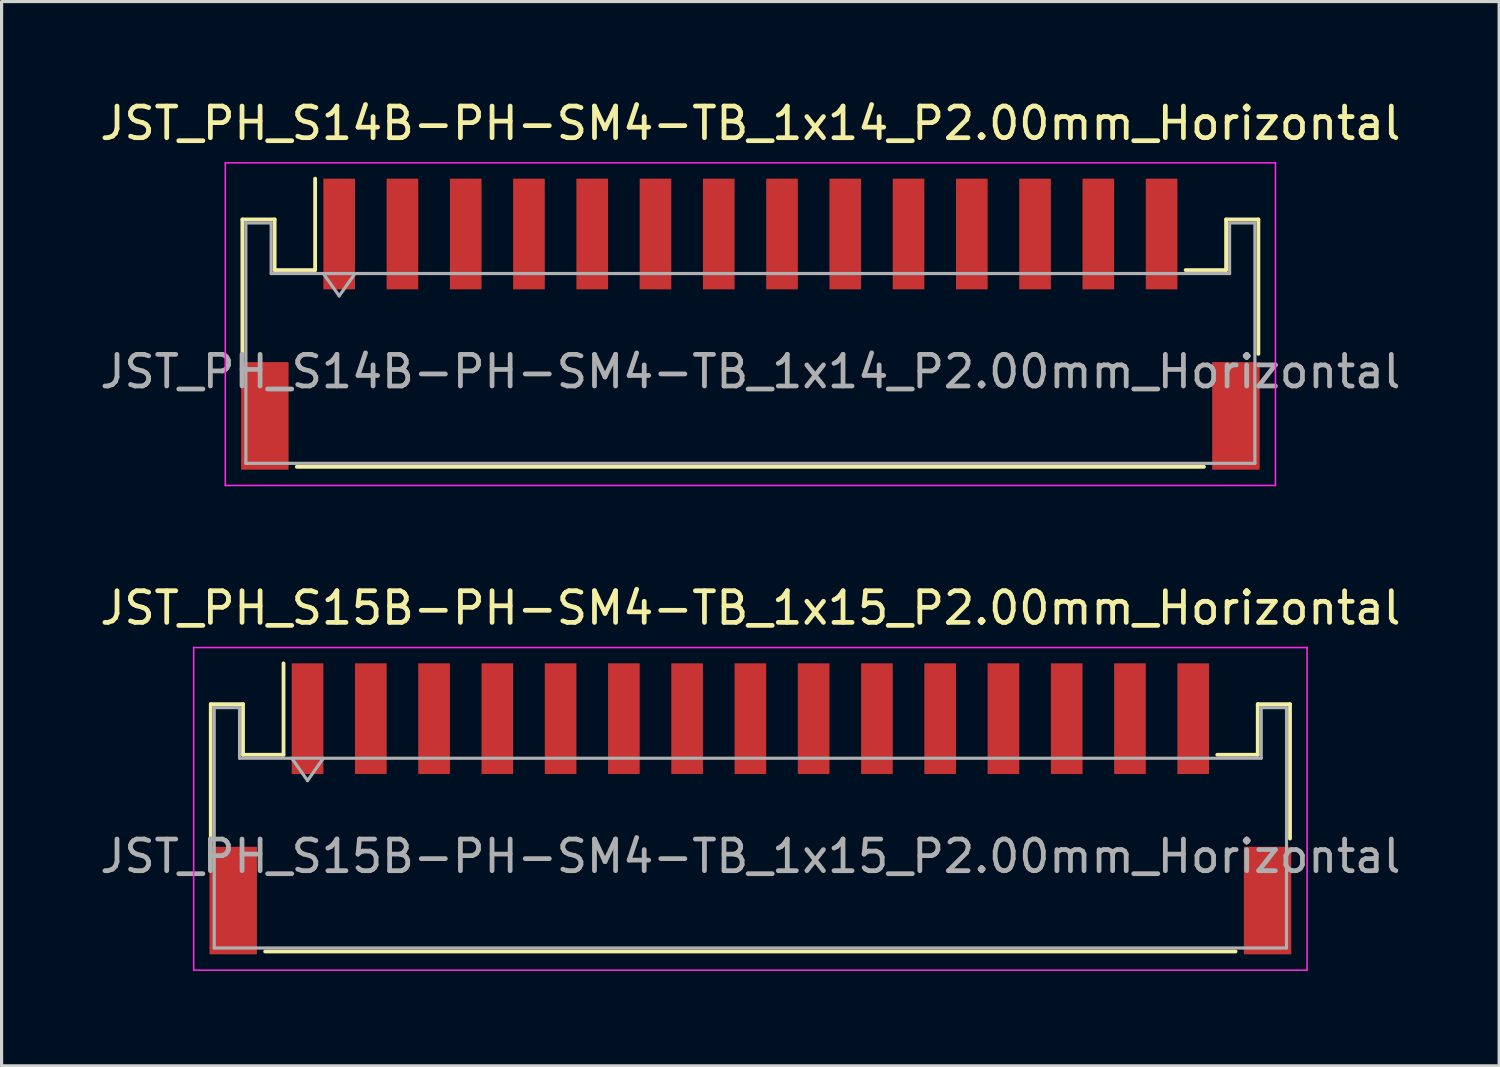
<source format=kicad_pcb>
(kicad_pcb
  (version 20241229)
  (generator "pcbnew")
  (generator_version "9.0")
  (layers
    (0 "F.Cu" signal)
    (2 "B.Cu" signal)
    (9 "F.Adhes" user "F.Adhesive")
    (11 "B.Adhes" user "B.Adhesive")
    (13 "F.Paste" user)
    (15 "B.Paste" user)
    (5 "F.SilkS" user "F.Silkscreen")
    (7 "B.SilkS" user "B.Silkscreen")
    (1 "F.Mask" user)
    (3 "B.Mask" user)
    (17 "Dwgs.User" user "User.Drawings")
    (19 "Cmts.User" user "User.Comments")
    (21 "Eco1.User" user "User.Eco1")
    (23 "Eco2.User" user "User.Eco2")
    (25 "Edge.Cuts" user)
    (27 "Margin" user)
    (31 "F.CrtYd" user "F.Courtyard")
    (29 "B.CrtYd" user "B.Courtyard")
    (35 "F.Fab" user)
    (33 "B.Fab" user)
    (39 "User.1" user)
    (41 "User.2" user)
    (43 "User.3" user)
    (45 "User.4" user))
  (footprint "JST_PH_S15B-PH-SM4-TB_1x15_P2.00mm_Horizontal"
    (layer "F.Cu")
    (at 20.673 22.521)
    (property "Reference" "JST_PH_S15B-PH-SM4-TB_1x15_P2.00mm_Horizontal" (at 0 -6.35 0) (layer "F.SilkS") (effects (font (size 1 1) (thickness 0.15))))
    (attr smd)
    (fp_line (start -17.06 -3.31) (end -16.04 -3.31) (stroke (width 0.12) (type solid)) (layer "F.SilkS"))
    (fp_line (start -17.06 0.94) (end -17.06 -3.31) (stroke (width 0.12) (type solid)) (layer "F.SilkS"))
    (fp_line (start -16.04 -3.31) (end -16.04 -1.71) (stroke (width 0.12) (type solid)) (layer "F.SilkS"))
    (fp_line (start -16.04 -1.71) (end -14.76 -1.71) (stroke (width 0.12) (type solid)) (layer "F.SilkS"))
    (fp_line (start -15.34 4.51) (end 15.34 4.51) (stroke (width 0.12) (type solid)) (layer "F.SilkS"))
    (fp_line (start -14.76 -1.71) (end -14.76 -4.6) (stroke (width 0.12) (type solid)) (layer "F.SilkS"))
    (fp_line (start 16.04 -3.31) (end 16.04 -1.71) (stroke (width 0.12) (type solid)) (layer "F.SilkS"))
    (fp_line (start 16.04 -1.71) (end 14.76 -1.71) (stroke (width 0.12) (type solid)) (layer "F.SilkS"))
    (fp_line (start 17.06 -3.31) (end 16.04 -3.31) (stroke (width 0.12) (type solid)) (layer "F.SilkS"))
    (fp_line (start 17.06 0.94) (end 17.06 -3.31) (stroke (width 0.12) (type solid)) (layer "F.SilkS"))
    (fp_line (start -17.6 -5.1) (end -17.6 5.1) (stroke (width 0.05) (type solid)) (layer "F.CrtYd"))
    (fp_line (start -17.6 5.1) (end 17.6 5.1) (stroke (width 0.05) (type solid)) (layer "F.CrtYd"))
    (fp_line (start 17.6 -5.1) (end -17.6 -5.1) (stroke (width 0.05) (type solid)) (layer "F.CrtYd"))
    (fp_line (start 17.6 5.1) (end 17.6 -5.1) (stroke (width 0.05) (type solid)) (layer "F.CrtYd"))
    (fp_line (start -16.95 -3.2) (end -16.95 4.4) (stroke (width 0.1) (type solid)) (layer "F.Fab"))
    (fp_line (start -16.95 -3.2) (end -16.15 -3.2) (stroke (width 0.1) (type solid)) (layer "F.Fab"))
    (fp_line (start -16.95 4.4) (end 16.95 4.4) (stroke (width 0.1) (type solid)) (layer "F.Fab"))
    (fp_line (start -16.15 -3.2) (end -16.15 -1.6) (stroke (width 0.1) (type solid)) (layer "F.Fab"))
    (fp_line (start -16.15 -1.6) (end 16.15 -1.6) (stroke (width 0.1) (type solid)) (layer "F.Fab"))
    (fp_line (start -14.5 -1.6) (end -14 -0.893) (stroke (width 0.1) (type solid)) (layer "F.Fab"))
    (fp_line (start -14 -0.893) (end -13.5 -1.6) (stroke (width 0.1) (type solid)) (layer "F.Fab"))
    (fp_line (start 16.15 -3.2) (end 16.95 -3.2) (stroke (width 0.1) (type solid)) (layer "F.Fab"))
    (fp_line (start 16.15 -1.6) (end 16.15 -3.2) (stroke (width 0.1) (type solid)) (layer "F.Fab"))
    (fp_line (start 16.95 -3.2) (end 16.95 4.4) (stroke (width 0.1) (type solid)) (layer "F.Fab"))
    (fp_text user "${REFERENCE}" (at 0 1.5 0) (layer "F.Fab") (effects (font (size 1 1) (thickness 0.15))))
    (pad "" smd rect (at -16.35 2.9) (size 1.5 3.4) (layers "F.Cu" "F.Mask" "F.Paste"))
    (pad "" smd rect (at 16.35 2.9) (size 1.5 3.4) (layers "F.Cu" "F.Mask" "F.Paste"))
    (pad "1" smd rect (at -14 -2.85) (size 1 3.5) (layers "F.Cu" "F.Mask" "F.Paste"))
    (pad "2" smd rect (at -12 -2.85) (size 1 3.5) (layers "F.Cu" "F.Mask" "F.Paste"))
    (pad "3" smd rect (at -10 -2.85) (size 1 3.5) (layers "F.Cu" "F.Mask" "F.Paste"))
    (pad "4" smd rect (at -8 -2.85) (size 1 3.5) (layers "F.Cu" "F.Mask" "F.Paste"))
    (pad "5" smd rect (at -6 -2.85) (size 1 3.5) (layers "F.Cu" "F.Mask" "F.Paste"))
    (pad "6" smd rect (at -4 -2.85) (size 1 3.5) (layers "F.Cu" "F.Mask" "F.Paste"))
    (pad "7" smd rect (at -2 -2.85) (size 1 3.5) (layers "F.Cu" "F.Mask" "F.Paste"))
    (pad "8" smd rect (at 0 -2.85) (size 1 3.5) (layers "F.Cu" "F.Mask" "F.Paste"))
    (pad "9" smd rect (at 2 -2.85) (size 1 3.5) (layers "F.Cu" "F.Mask" "F.Paste"))
    (pad "10" smd rect (at 4 -2.85) (size 1 3.5) (layers "F.Cu" "F.Mask" "F.Paste"))
    (pad "11" smd rect (at 6 -2.85) (size 1 3.5) (layers "F.Cu" "F.Mask" "F.Paste"))
    (pad "12" smd rect (at 8 -2.85) (size 1 3.5) (layers "F.Cu" "F.Mask" "F.Paste"))
    (pad "13" smd rect (at 10 -2.85) (size 1 3.5) (layers "F.Cu" "F.Mask" "F.Paste"))
    (pad "14" smd rect (at 12 -2.85) (size 1 3.5) (layers "F.Cu" "F.Mask" "F.Paste"))
    (pad "15" smd rect (at 14 -2.85) (size 1 3.5) (layers "F.Cu" "F.Mask" "F.Paste")))
  (footprint "JST_PH_S14B-PH-SM4-TB_1x14_P2.00mm_Horizontal"
    (layer "F.Cu")
    (at 20.673 7.198)
    (property "Reference" "JST_PH_S14B-PH-SM4-TB_1x14_P2.00mm_Horizontal" (at 0 -6.35 0) (layer "F.SilkS") (effects (font (size 1 1) (thickness 0.15))))
    (attr smd)
    (fp_line (start -16.06 -3.31) (end -15.04 -3.31) (stroke (width 0.12) (type solid)) (layer "F.SilkS"))
    (fp_line (start -16.06 0.94) (end -16.06 -3.31) (stroke (width 0.12) (type solid)) (layer "F.SilkS"))
    (fp_line (start -15.04 -3.31) (end -15.04 -1.71) (stroke (width 0.12) (type solid)) (layer "F.SilkS"))
    (fp_line (start -15.04 -1.71) (end -13.76 -1.71) (stroke (width 0.12) (type solid)) (layer "F.SilkS"))
    (fp_line (start -14.34 4.51) (end 14.34 4.51) (stroke (width 0.12) (type solid)) (layer "F.SilkS"))
    (fp_line (start -13.76 -1.71) (end -13.76 -4.6) (stroke (width 0.12) (type solid)) (layer "F.SilkS"))
    (fp_line (start 15.04 -3.31) (end 15.04 -1.71) (stroke (width 0.12) (type solid)) (layer "F.SilkS"))
    (fp_line (start 15.04 -1.71) (end 13.76 -1.71) (stroke (width 0.12) (type solid)) (layer "F.SilkS"))
    (fp_line (start 16.06 -3.31) (end 15.04 -3.31) (stroke (width 0.12) (type solid)) (layer "F.SilkS"))
    (fp_line (start 16.06 0.94) (end 16.06 -3.31) (stroke (width 0.12) (type solid)) (layer "F.SilkS"))
    (fp_line (start -16.6 -5.1) (end -16.6 5.1) (stroke (width 0.05) (type solid)) (layer "F.CrtYd"))
    (fp_line (start -16.6 5.1) (end 16.6 5.1) (stroke (width 0.05) (type solid)) (layer "F.CrtYd"))
    (fp_line (start 16.6 -5.1) (end -16.6 -5.1) (stroke (width 0.05) (type solid)) (layer "F.CrtYd"))
    (fp_line (start 16.6 5.1) (end 16.6 -5.1) (stroke (width 0.05) (type solid)) (layer "F.CrtYd"))
    (fp_line (start -15.95 -3.2) (end -15.95 4.4) (stroke (width 0.1) (type solid)) (layer "F.Fab"))
    (fp_line (start -15.95 -3.2) (end -15.15 -3.2) (stroke (width 0.1) (type solid)) (layer "F.Fab"))
    (fp_line (start -15.95 4.4) (end 15.95 4.4) (stroke (width 0.1) (type solid)) (layer "F.Fab"))
    (fp_line (start -15.15 -3.2) (end -15.15 -1.6) (stroke (width 0.1) (type solid)) (layer "F.Fab"))
    (fp_line (start -15.15 -1.6) (end 15.15 -1.6) (stroke (width 0.1) (type solid)) (layer "F.Fab"))
    (fp_line (start -13.5 -1.6) (end -13 -0.893) (stroke (width 0.1) (type solid)) (layer "F.Fab"))
    (fp_line (start -13 -0.893) (end -12.5 -1.6) (stroke (width 0.1) (type solid)) (layer "F.Fab"))
    (fp_line (start 15.15 -3.2) (end 15.95 -3.2) (stroke (width 0.1) (type solid)) (layer "F.Fab"))
    (fp_line (start 15.15 -1.6) (end 15.15 -3.2) (stroke (width 0.1) (type solid)) (layer "F.Fab"))
    (fp_line (start 15.95 -3.2) (end 15.95 4.4) (stroke (width 0.1) (type solid)) (layer "F.Fab"))
    (fp_text user "${REFERENCE}" (at 0 1.5 0) (layer "F.Fab") (effects (font (size 1 1) (thickness 0.15))))
    (pad "" smd rect (at -15.35 2.9) (size 1.5 3.4) (layers "F.Cu" "F.Mask" "F.Paste"))
    (pad "" smd rect (at 15.35 2.9) (size 1.5 3.4) (layers "F.Cu" "F.Mask" "F.Paste"))
    (pad "1" smd rect (at -13 -2.85) (size 1 3.5) (layers "F.Cu" "F.Mask" "F.Paste"))
    (pad "2" smd rect (at -11 -2.85) (size 1 3.5) (layers "F.Cu" "F.Mask" "F.Paste"))
    (pad "3" smd rect (at -9 -2.85) (size 1 3.5) (layers "F.Cu" "F.Mask" "F.Paste"))
    (pad "4" smd rect (at -7 -2.85) (size 1 3.5) (layers "F.Cu" "F.Mask" "F.Paste"))
    (pad "5" smd rect (at -5 -2.85) (size 1 3.5) (layers "F.Cu" "F.Mask" "F.Paste"))
    (pad "6" smd rect (at -3 -2.85) (size 1 3.5) (layers "F.Cu" "F.Mask" "F.Paste"))
    (pad "7" smd rect (at -1 -2.85) (size 1 3.5) (layers "F.Cu" "F.Mask" "F.Paste"))
    (pad "8" smd rect (at 1 -2.85) (size 1 3.5) (layers "F.Cu" "F.Mask" "F.Paste"))
    (pad "9" smd rect (at 3 -2.85) (size 1 3.5) (layers "F.Cu" "F.Mask" "F.Paste"))
    (pad "10" smd rect (at 5 -2.85) (size 1 3.5) (layers "F.Cu" "F.Mask" "F.Paste"))
    (pad "11" smd rect (at 7 -2.85) (size 1 3.5) (layers "F.Cu" "F.Mask" "F.Paste"))
    (pad "12" smd rect (at 9 -2.85) (size 1 3.5) (layers "F.Cu" "F.Mask" "F.Paste"))
    (pad "13" smd rect (at 11 -2.85) (size 1 3.5) (layers "F.Cu" "F.Mask" "F.Paste"))
    (pad "14" smd rect (at 13 -2.85) (size 1 3.5) (layers "F.Cu" "F.Mask" "F.Paste")))
  (gr_rect
    (start -3 -3)
    (end 44.345 30.646)
    (stroke (width 0.1) (type default))
    (fill no)
    (layer "Edge.Cuts")))
</source>
